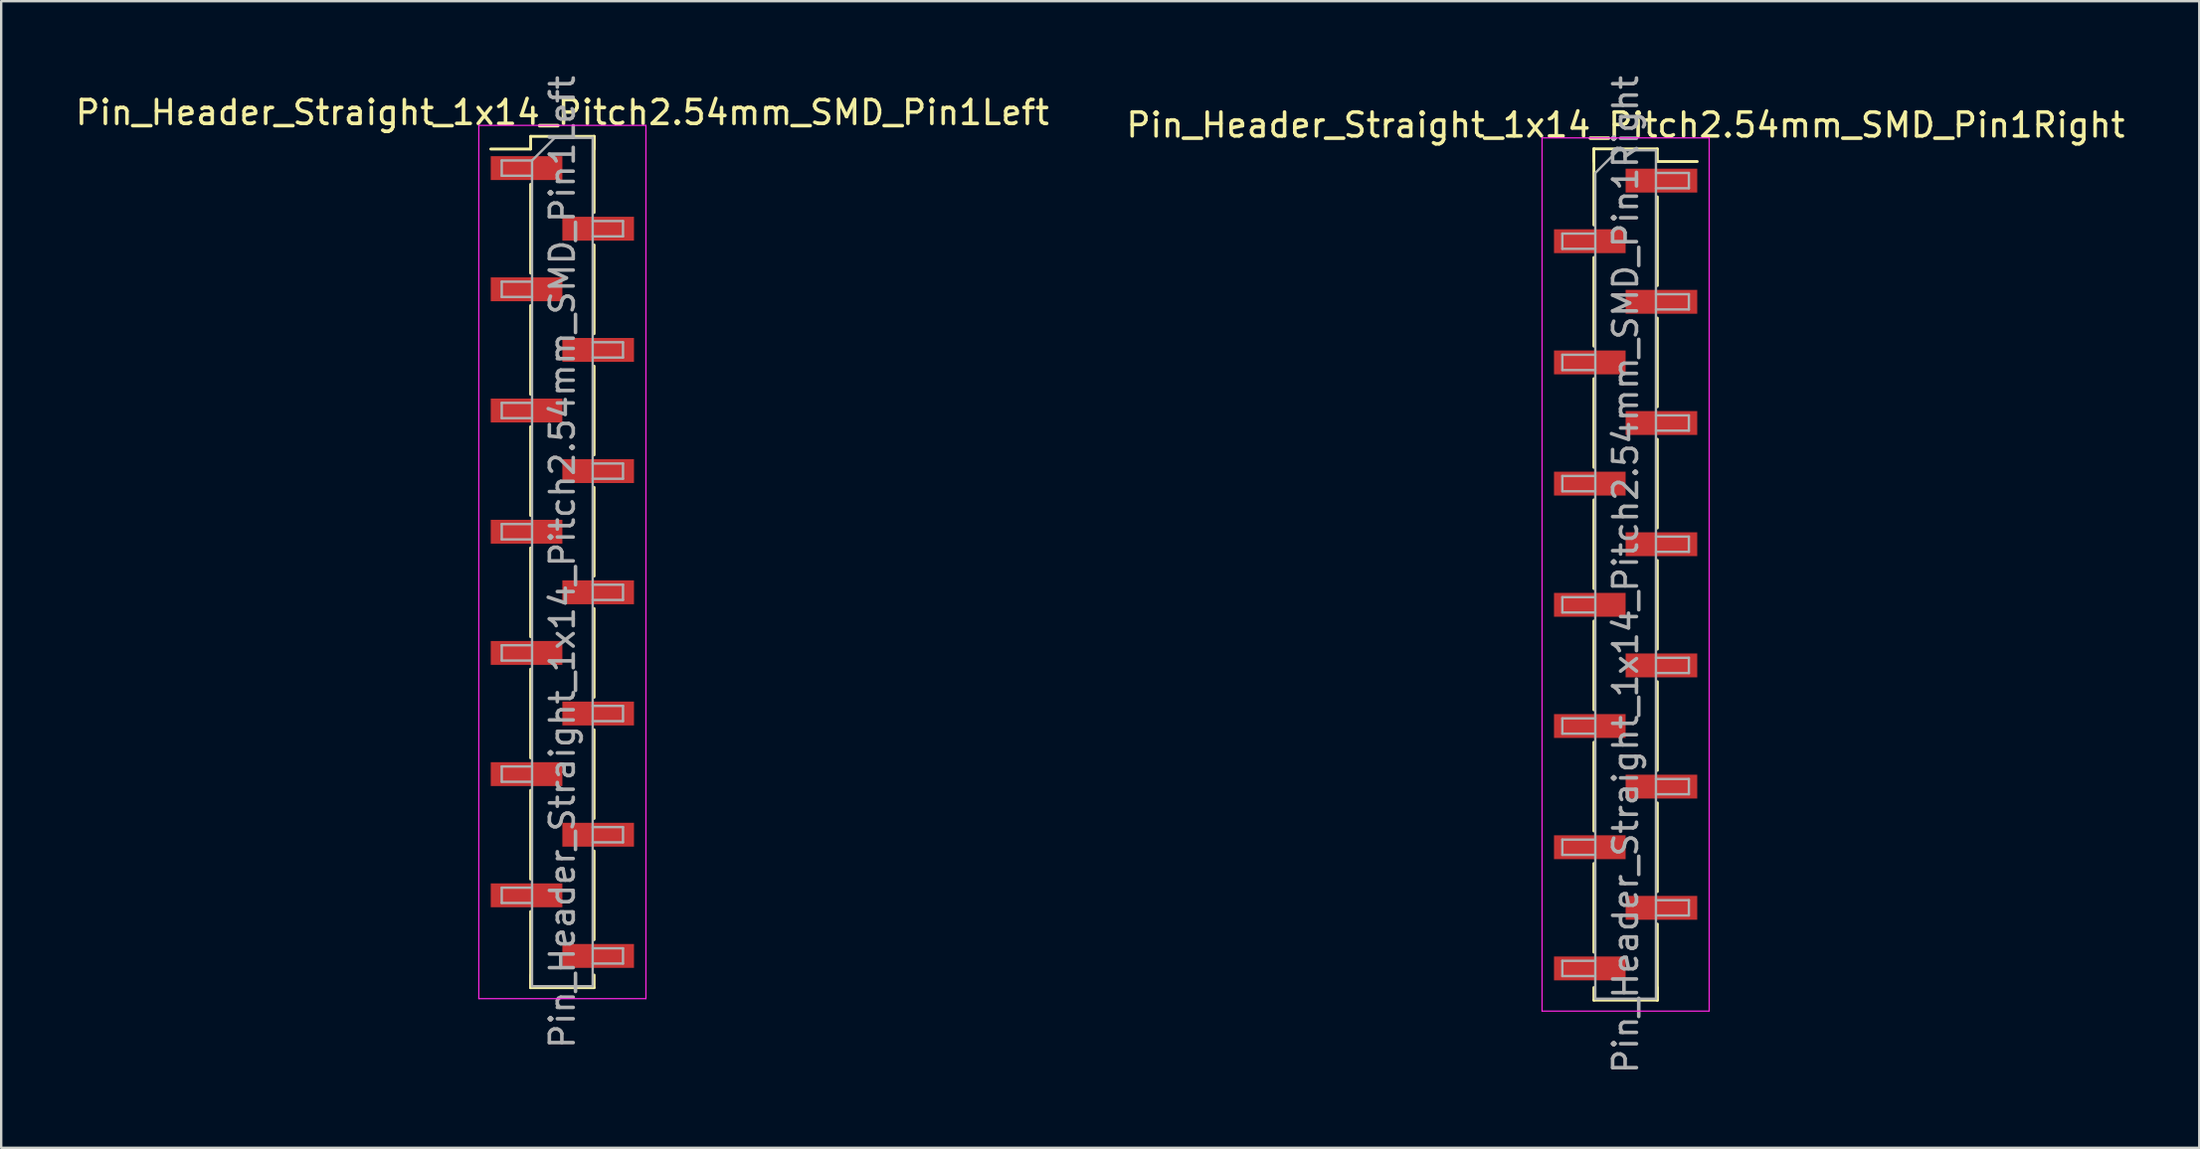
<source format=kicad_pcb>
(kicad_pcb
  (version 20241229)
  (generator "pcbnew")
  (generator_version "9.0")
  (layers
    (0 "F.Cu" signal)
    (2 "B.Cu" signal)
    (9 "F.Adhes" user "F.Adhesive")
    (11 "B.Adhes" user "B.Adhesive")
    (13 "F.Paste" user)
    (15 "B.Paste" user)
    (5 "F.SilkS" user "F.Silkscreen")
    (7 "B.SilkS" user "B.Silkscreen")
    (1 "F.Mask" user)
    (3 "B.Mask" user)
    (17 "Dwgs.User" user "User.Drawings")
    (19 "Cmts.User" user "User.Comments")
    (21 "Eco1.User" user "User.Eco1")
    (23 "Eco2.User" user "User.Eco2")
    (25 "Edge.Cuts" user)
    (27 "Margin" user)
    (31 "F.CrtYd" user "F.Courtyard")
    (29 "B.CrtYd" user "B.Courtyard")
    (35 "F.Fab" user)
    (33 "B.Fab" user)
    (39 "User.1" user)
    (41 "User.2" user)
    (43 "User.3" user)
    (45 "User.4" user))
  (footprint "Pin_Header_Straight_1x14_Pitch2.54mm_SMD_Pin1Right"
    (layer "F.Cu")
    (at 65.042 21.03)
    (property "Reference" "Pin_Header_Straight_1x14_Pitch2.54mm_SMD_Pin1Right" (at 0 -18.84 0) (layer "F.SilkS") (effects (font (size 1 1) (thickness 0.15))))
    (attr smd)
    (fp_line (start -1.33 -17.84) (end -1.33 -14.65) (stroke (width 0.12) (type solid)) (layer "F.SilkS"))
    (fp_line (start -1.33 -17.84) (end 1.33 -17.84) (stroke (width 0.12) (type solid)) (layer "F.SilkS"))
    (fp_line (start -1.33 -17.31) (end -1.33 -17.84) (stroke (width 0.12) (type solid)) (layer "F.SilkS"))
    (fp_line (start -1.33 -13.29) (end -1.33 -9.57) (stroke (width 0.12) (type solid)) (layer "F.SilkS"))
    (fp_line (start -1.33 -8.21) (end -1.33 -4.49) (stroke (width 0.12) (type solid)) (layer "F.SilkS"))
    (fp_line (start -1.33 -3.13) (end -1.33 0.59) (stroke (width 0.12) (type solid)) (layer "F.SilkS"))
    (fp_line (start -1.33 1.95) (end -1.33 5.67) (stroke (width 0.12) (type solid)) (layer "F.SilkS"))
    (fp_line (start -1.33 7.03) (end -1.33 10.75) (stroke (width 0.12) (type solid)) (layer "F.SilkS"))
    (fp_line (start -1.33 12.11) (end -1.33 15.83) (stroke (width 0.12) (type solid)) (layer "F.SilkS"))
    (fp_line (start -1.33 17.31) (end -1.33 17.84) (stroke (width 0.12) (type solid)) (layer "F.SilkS"))
    (fp_line (start -1.33 17.84) (end 1.33 17.84) (stroke (width 0.12) (type solid)) (layer "F.SilkS"))
    (fp_line (start 1.33 -17.84) (end 1.33 -17.31) (stroke (width 0.12) (type solid)) (layer "F.SilkS"))
    (fp_line (start 1.33 -17.31) (end 3 -17.31) (stroke (width 0.12) (type solid)) (layer "F.SilkS"))
    (fp_line (start 1.33 -15.83) (end 1.33 -12.11) (stroke (width 0.12) (type solid)) (layer "F.SilkS"))
    (fp_line (start 1.33 -10.75) (end 1.33 -7.03) (stroke (width 0.12) (type solid)) (layer "F.SilkS"))
    (fp_line (start 1.33 -5.67) (end 1.33 -1.95) (stroke (width 0.12) (type solid)) (layer "F.SilkS"))
    (fp_line (start 1.33 -0.59) (end 1.33 3.13) (stroke (width 0.12) (type solid)) (layer "F.SilkS"))
    (fp_line (start 1.33 4.49) (end 1.33 8.21) (stroke (width 0.12) (type solid)) (layer "F.SilkS"))
    (fp_line (start 1.33 9.57) (end 1.33 13.29) (stroke (width 0.12) (type solid)) (layer "F.SilkS"))
    (fp_line (start 1.33 14.65) (end 1.33 17.84) (stroke (width 0.12) (type solid)) (layer "F.SilkS"))
    (fp_line (start 1.33 17.84) (end 1.33 17.31) (stroke (width 0.12) (type solid)) (layer "F.SilkS"))
    (fp_line (start -3.5 -18.3) (end -3.5 18.3) (stroke (width 0.05) (type solid)) (layer "F.CrtYd"))
    (fp_line (start -3.5 18.3) (end 3.5 18.3) (stroke (width 0.05) (type solid)) (layer "F.CrtYd"))
    (fp_line (start 3.5 -18.3) (end -3.5 -18.3) (stroke (width 0.05) (type solid)) (layer "F.CrtYd"))
    (fp_line (start 3.5 18.3) (end 3.5 -18.3) (stroke (width 0.05) (type solid)) (layer "F.CrtYd"))
    (fp_line (start -2.65 -14.29) (end -2.65 -13.65) (stroke (width 0.1) (type solid)) (layer "F.Fab"))
    (fp_line (start -2.65 -13.65) (end -1.27 -13.65) (stroke (width 0.1) (type solid)) (layer "F.Fab"))
    (fp_line (start -2.65 -9.21) (end -2.65 -8.57) (stroke (width 0.1) (type solid)) (layer "F.Fab"))
    (fp_line (start -2.65 -8.57) (end -1.27 -8.57) (stroke (width 0.1) (type solid)) (layer "F.Fab"))
    (fp_line (start -2.65 -4.13) (end -2.65 -3.49) (stroke (width 0.1) (type solid)) (layer "F.Fab"))
    (fp_line (start -2.65 -3.49) (end -1.27 -3.49) (stroke (width 0.1) (type solid)) (layer "F.Fab"))
    (fp_line (start -2.65 0.95) (end -2.65 1.59) (stroke (width 0.1) (type solid)) (layer "F.Fab"))
    (fp_line (start -2.65 1.59) (end -1.27 1.59) (stroke (width 0.1) (type solid)) (layer "F.Fab"))
    (fp_line (start -2.65 6.03) (end -2.65 6.67) (stroke (width 0.1) (type solid)) (layer "F.Fab"))
    (fp_line (start -2.65 6.67) (end -1.27 6.67) (stroke (width 0.1) (type solid)) (layer "F.Fab"))
    (fp_line (start -2.65 11.11) (end -2.65 11.75) (stroke (width 0.1) (type solid)) (layer "F.Fab"))
    (fp_line (start -2.65 11.75) (end -1.27 11.75) (stroke (width 0.1) (type solid)) (layer "F.Fab"))
    (fp_line (start -2.65 16.19) (end -2.65 16.83) (stroke (width 0.1) (type solid)) (layer "F.Fab"))
    (fp_line (start -2.65 16.83) (end -1.27 16.83) (stroke (width 0.1) (type solid)) (layer "F.Fab"))
    (fp_line (start -1.27 -16.83) (end -0.32 -17.78) (stroke (width 0.1) (type solid)) (layer "F.Fab"))
    (fp_line (start -1.27 -14.29) (end -2.65 -14.29) (stroke (width 0.1) (type solid)) (layer "F.Fab"))
    (fp_line (start -1.27 -9.21) (end -2.65 -9.21) (stroke (width 0.1) (type solid)) (layer "F.Fab"))
    (fp_line (start -1.27 -4.13) (end -2.65 -4.13) (stroke (width 0.1) (type solid)) (layer "F.Fab"))
    (fp_line (start -1.27 0.95) (end -2.65 0.95) (stroke (width 0.1) (type solid)) (layer "F.Fab"))
    (fp_line (start -1.27 6.03) (end -2.65 6.03) (stroke (width 0.1) (type solid)) (layer "F.Fab"))
    (fp_line (start -1.27 11.11) (end -2.65 11.11) (stroke (width 0.1) (type solid)) (layer "F.Fab"))
    (fp_line (start -1.27 16.19) (end -2.65 16.19) (stroke (width 0.1) (type solid)) (layer "F.Fab"))
    (fp_line (start -1.27 17.78) (end -1.27 -16.83) (stroke (width 0.1) (type solid)) (layer "F.Fab"))
    (fp_line (start -0.32 -17.78) (end 1.27 -17.78) (stroke (width 0.1) (type solid)) (layer "F.Fab"))
    (fp_line (start 1.27 -17.78) (end 1.27 17.78) (stroke (width 0.1) (type solid)) (layer "F.Fab"))
    (fp_line (start 1.27 -16.83) (end 2.65 -16.83) (stroke (width 0.1) (type solid)) (layer "F.Fab"))
    (fp_line (start 1.27 -11.75) (end 2.65 -11.75) (stroke (width 0.1) (type solid)) (layer "F.Fab"))
    (fp_line (start 1.27 -6.67) (end 2.65 -6.67) (stroke (width 0.1) (type solid)) (layer "F.Fab"))
    (fp_line (start 1.27 -1.59) (end 2.65 -1.59) (stroke (width 0.1) (type solid)) (layer "F.Fab"))
    (fp_line (start 1.27 3.49) (end 2.65 3.49) (stroke (width 0.1) (type solid)) (layer "F.Fab"))
    (fp_line (start 1.27 8.57) (end 2.65 8.57) (stroke (width 0.1) (type solid)) (layer "F.Fab"))
    (fp_line (start 1.27 13.65) (end 2.65 13.65) (stroke (width 0.1) (type solid)) (layer "F.Fab"))
    (fp_line (start 1.27 17.78) (end -1.27 17.78) (stroke (width 0.1) (type solid)) (layer "F.Fab"))
    (fp_line (start 2.65 -16.83) (end 2.65 -16.19) (stroke (width 0.1) (type solid)) (layer "F.Fab"))
    (fp_line (start 2.65 -16.19) (end 1.27 -16.19) (stroke (width 0.1) (type solid)) (layer "F.Fab"))
    (fp_line (start 2.65 -11.75) (end 2.65 -11.11) (stroke (width 0.1) (type solid)) (layer "F.Fab"))
    (fp_line (start 2.65 -11.11) (end 1.27 -11.11) (stroke (width 0.1) (type solid)) (layer "F.Fab"))
    (fp_line (start 2.65 -6.67) (end 2.65 -6.03) (stroke (width 0.1) (type solid)) (layer "F.Fab"))
    (fp_line (start 2.65 -6.03) (end 1.27 -6.03) (stroke (width 0.1) (type solid)) (layer "F.Fab"))
    (fp_line (start 2.65 -1.59) (end 2.65 -0.95) (stroke (width 0.1) (type solid)) (layer "F.Fab"))
    (fp_line (start 2.65 -0.95) (end 1.27 -0.95) (stroke (width 0.1) (type solid)) (layer "F.Fab"))
    (fp_line (start 2.65 3.49) (end 2.65 4.13) (stroke (width 0.1) (type solid)) (layer "F.Fab"))
    (fp_line (start 2.65 4.13) (end 1.27 4.13) (stroke (width 0.1) (type solid)) (layer "F.Fab"))
    (fp_line (start 2.65 8.57) (end 2.65 9.21) (stroke (width 0.1) (type solid)) (layer "F.Fab"))
    (fp_line (start 2.65 9.21) (end 1.27 9.21) (stroke (width 0.1) (type solid)) (layer "F.Fab"))
    (fp_line (start 2.65 13.65) (end 2.65 14.29) (stroke (width 0.1) (type solid)) (layer "F.Fab"))
    (fp_line (start 2.65 14.29) (end 1.27 14.29) (stroke (width 0.1) (type solid)) (layer "F.Fab"))
    (fp_text user "${REFERENCE}" (at 0 0 90) (layer "F.Fab") (effects (font (size 1 1) (thickness 0.15))))
    (pad "1" smd rect (at 1.5 -16.51) (size 3 1) (layers "F.Cu" "F.Mask" "F.Paste"))
    (pad "2" smd rect (at -1.5 -13.97) (size 3 1) (layers "F.Cu" "F.Mask" "F.Paste"))
    (pad "3" smd rect (at 1.5 -11.43) (size 3 1) (layers "F.Cu" "F.Mask" "F.Paste"))
    (pad "4" smd rect (at -1.5 -8.89) (size 3 1) (layers "F.Cu" "F.Mask" "F.Paste"))
    (pad "5" smd rect (at 1.5 -6.35) (size 3 1) (layers "F.Cu" "F.Mask" "F.Paste"))
    (pad "6" smd rect (at -1.5 -3.81) (size 3 1) (layers "F.Cu" "F.Mask" "F.Paste"))
    (pad "7" smd rect (at 1.5 -1.27) (size 3 1) (layers "F.Cu" "F.Mask" "F.Paste"))
    (pad "8" smd rect (at -1.5 1.27) (size 3 1) (layers "F.Cu" "F.Mask" "F.Paste"))
    (pad "9" smd rect (at 1.5 3.81) (size 3 1) (layers "F.Cu" "F.Mask" "F.Paste"))
    (pad "10" smd rect (at -1.5 6.35) (size 3 1) (layers "F.Cu" "F.Mask" "F.Paste"))
    (pad "11" smd rect (at 1.5 8.89) (size 3 1) (layers "F.Cu" "F.Mask" "F.Paste"))
    (pad "12" smd rect (at -1.5 11.43) (size 3 1) (layers "F.Cu" "F.Mask" "F.Paste"))
    (pad "13" smd rect (at 1.5 13.97) (size 3 1) (layers "F.Cu" "F.Mask" "F.Paste"))
    (pad "14" smd rect (at -1.5 16.51) (size 3 1) (layers "F.Cu" "F.Mask" "F.Paste")))
  (footprint "Pin_Header_Straight_1x14_Pitch2.54mm_SMD_Pin1Left"
    (layer "F.Cu")
    (at 20.506 20.506)
    (property "Reference" "Pin_Header_Straight_1x14_Pitch2.54mm_SMD_Pin1Left" (at 0 -18.84 0) (layer "F.SilkS") (effects (font (size 1 1) (thickness 0.15))))
    (attr smd)
    (fp_line (start -1.33 -17.84) (end 1.33 -17.84) (stroke (width 0.12) (type solid)) (layer "F.SilkS"))
    (fp_line (start -1.33 -17.31) (end -3 -17.31) (stroke (width 0.12) (type solid)) (layer "F.SilkS"))
    (fp_line (start -1.33 -17.31) (end -1.33 -17.84) (stroke (width 0.12) (type solid)) (layer "F.SilkS"))
    (fp_line (start -1.33 -15.83) (end -1.33 -12.11) (stroke (width 0.12) (type solid)) (layer "F.SilkS"))
    (fp_line (start -1.33 -10.75) (end -1.33 -7.03) (stroke (width 0.12) (type solid)) (layer "F.SilkS"))
    (fp_line (start -1.33 -5.67) (end -1.33 -1.95) (stroke (width 0.12) (type solid)) (layer "F.SilkS"))
    (fp_line (start -1.33 -0.59) (end -1.33 3.13) (stroke (width 0.12) (type solid)) (layer "F.SilkS"))
    (fp_line (start -1.33 4.49) (end -1.33 8.21) (stroke (width 0.12) (type solid)) (layer "F.SilkS"))
    (fp_line (start -1.33 9.57) (end -1.33 13.29) (stroke (width 0.12) (type solid)) (layer "F.SilkS"))
    (fp_line (start -1.33 14.65) (end -1.33 17.84) (stroke (width 0.12) (type solid)) (layer "F.SilkS"))
    (fp_line (start -1.33 17.31) (end -1.33 17.84) (stroke (width 0.12) (type solid)) (layer "F.SilkS"))
    (fp_line (start -1.33 17.84) (end 1.33 17.84) (stroke (width 0.12) (type solid)) (layer "F.SilkS"))
    (fp_line (start 1.33 -17.84) (end 1.33 -17.31) (stroke (width 0.12) (type solid)) (layer "F.SilkS"))
    (fp_line (start 1.33 -17.84) (end 1.33 -14.65) (stroke (width 0.12) (type solid)) (layer "F.SilkS"))
    (fp_line (start 1.33 -13.29) (end 1.33 -9.57) (stroke (width 0.12) (type solid)) (layer "F.SilkS"))
    (fp_line (start 1.33 -8.21) (end 1.33 -4.49) (stroke (width 0.12) (type solid)) (layer "F.SilkS"))
    (fp_line (start 1.33 -3.13) (end 1.33 0.59) (stroke (width 0.12) (type solid)) (layer "F.SilkS"))
    (fp_line (start 1.33 1.95) (end 1.33 5.67) (stroke (width 0.12) (type solid)) (layer "F.SilkS"))
    (fp_line (start 1.33 7.03) (end 1.33 10.75) (stroke (width 0.12) (type solid)) (layer "F.SilkS"))
    (fp_line (start 1.33 12.11) (end 1.33 15.83) (stroke (width 0.12) (type solid)) (layer "F.SilkS"))
    (fp_line (start 1.33 17.84) (end 1.33 17.31) (stroke (width 0.12) (type solid)) (layer "F.SilkS"))
    (fp_line (start -3.5 -18.3) (end -3.5 18.3) (stroke (width 0.05) (type solid)) (layer "F.CrtYd"))
    (fp_line (start -3.5 18.3) (end 3.5 18.3) (stroke (width 0.05) (type solid)) (layer "F.CrtYd"))
    (fp_line (start 3.5 -18.3) (end -3.5 -18.3) (stroke (width 0.05) (type solid)) (layer "F.CrtYd"))
    (fp_line (start 3.5 18.3) (end 3.5 -18.3) (stroke (width 0.05) (type solid)) (layer "F.CrtYd"))
    (fp_line (start -2.54 -16.83) (end -2.54 -16.19) (stroke (width 0.1) (type solid)) (layer "F.Fab"))
    (fp_line (start -2.54 -16.19) (end -1.27 -16.19) (stroke (width 0.1) (type solid)) (layer "F.Fab"))
    (fp_line (start -2.54 -11.75) (end -2.54 -11.11) (stroke (width 0.1) (type solid)) (layer "F.Fab"))
    (fp_line (start -2.54 -11.11) (end -1.27 -11.11) (stroke (width 0.1) (type solid)) (layer "F.Fab"))
    (fp_line (start -2.54 -6.67) (end -2.54 -6.03) (stroke (width 0.1) (type solid)) (layer "F.Fab"))
    (fp_line (start -2.54 -6.03) (end -1.27 -6.03) (stroke (width 0.1) (type solid)) (layer "F.Fab"))
    (fp_line (start -2.54 -1.59) (end -2.54 -0.95) (stroke (width 0.1) (type solid)) (layer "F.Fab"))
    (fp_line (start -2.54 -0.95) (end -1.27 -0.95) (stroke (width 0.1) (type solid)) (layer "F.Fab"))
    (fp_line (start -2.54 3.49) (end -2.54 4.13) (stroke (width 0.1) (type solid)) (layer "F.Fab"))
    (fp_line (start -2.54 4.13) (end -1.27 4.13) (stroke (width 0.1) (type solid)) (layer "F.Fab"))
    (fp_line (start -2.54 8.57) (end -2.54 9.21) (stroke (width 0.1) (type solid)) (layer "F.Fab"))
    (fp_line (start -2.54 9.21) (end -1.27 9.21) (stroke (width 0.1) (type solid)) (layer "F.Fab"))
    (fp_line (start -2.54 13.65) (end -2.54 14.29) (stroke (width 0.1) (type solid)) (layer "F.Fab"))
    (fp_line (start -2.54 14.29) (end -1.27 14.29) (stroke (width 0.1) (type solid)) (layer "F.Fab"))
    (fp_line (start -1.27 -16.83) (end -2.54 -16.83) (stroke (width 0.1) (type solid)) (layer "F.Fab"))
    (fp_line (start -1.27 -16.83) (end -0.32 -17.78) (stroke (width 0.1) (type solid)) (layer "F.Fab"))
    (fp_line (start -1.27 -11.75) (end -2.54 -11.75) (stroke (width 0.1) (type solid)) (layer "F.Fab"))
    (fp_line (start -1.27 -6.67) (end -2.54 -6.67) (stroke (width 0.1) (type solid)) (layer "F.Fab"))
    (fp_line (start -1.27 -1.59) (end -2.54 -1.59) (stroke (width 0.1) (type solid)) (layer "F.Fab"))
    (fp_line (start -1.27 3.49) (end -2.54 3.49) (stroke (width 0.1) (type solid)) (layer "F.Fab"))
    (fp_line (start -1.27 8.57) (end -2.54 8.57) (stroke (width 0.1) (type solid)) (layer "F.Fab"))
    (fp_line (start -1.27 13.65) (end -2.54 13.65) (stroke (width 0.1) (type solid)) (layer "F.Fab"))
    (fp_line (start -1.27 17.78) (end -1.27 -16.83) (stroke (width 0.1) (type solid)) (layer "F.Fab"))
    (fp_line (start -0.32 -17.78) (end 1.27 -17.78) (stroke (width 0.1) (type solid)) (layer "F.Fab"))
    (fp_line (start 1.27 -17.78) (end 1.27 17.78) (stroke (width 0.1) (type solid)) (layer "F.Fab"))
    (fp_line (start 1.27 -14.29) (end 2.54 -14.29) (stroke (width 0.1) (type solid)) (layer "F.Fab"))
    (fp_line (start 1.27 -9.21) (end 2.54 -9.21) (stroke (width 0.1) (type solid)) (layer "F.Fab"))
    (fp_line (start 1.27 -4.13) (end 2.54 -4.13) (stroke (width 0.1) (type solid)) (layer "F.Fab"))
    (fp_line (start 1.27 0.95) (end 2.54 0.95) (stroke (width 0.1) (type solid)) (layer "F.Fab"))
    (fp_line (start 1.27 6.03) (end 2.54 6.03) (stroke (width 0.1) (type solid)) (layer "F.Fab"))
    (fp_line (start 1.27 11.11) (end 2.54 11.11) (stroke (width 0.1) (type solid)) (layer "F.Fab"))
    (fp_line (start 1.27 16.19) (end 2.54 16.19) (stroke (width 0.1) (type solid)) (layer "F.Fab"))
    (fp_line (start 1.27 17.78) (end -1.27 17.78) (stroke (width 0.1) (type solid)) (layer "F.Fab"))
    (fp_line (start 2.54 -14.29) (end 2.54 -13.65) (stroke (width 0.1) (type solid)) (layer "F.Fab"))
    (fp_line (start 2.54 -13.65) (end 1.27 -13.65) (stroke (width 0.1) (type solid)) (layer "F.Fab"))
    (fp_line (start 2.54 -9.21) (end 2.54 -8.57) (stroke (width 0.1) (type solid)) (layer "F.Fab"))
    (fp_line (start 2.54 -8.57) (end 1.27 -8.57) (stroke (width 0.1) (type solid)) (layer "F.Fab"))
    (fp_line (start 2.54 -4.13) (end 2.54 -3.49) (stroke (width 0.1) (type solid)) (layer "F.Fab"))
    (fp_line (start 2.54 -3.49) (end 1.27 -3.49) (stroke (width 0.1) (type solid)) (layer "F.Fab"))
    (fp_line (start 2.54 0.95) (end 2.54 1.59) (stroke (width 0.1) (type solid)) (layer "F.Fab"))
    (fp_line (start 2.54 1.59) (end 1.27 1.59) (stroke (width 0.1) (type solid)) (layer "F.Fab"))
    (fp_line (start 2.54 6.03) (end 2.54 6.67) (stroke (width 0.1) (type solid)) (layer "F.Fab"))
    (fp_line (start 2.54 6.67) (end 1.27 6.67) (stroke (width 0.1) (type solid)) (layer "F.Fab"))
    (fp_line (start 2.54 11.11) (end 2.54 11.75) (stroke (width 0.1) (type solid)) (layer "F.Fab"))
    (fp_line (start 2.54 11.75) (end 1.27 11.75) (stroke (width 0.1) (type solid)) (layer "F.Fab"))
    (fp_line (start 2.54 16.19) (end 2.54 16.83) (stroke (width 0.1) (type solid)) (layer "F.Fab"))
    (fp_line (start 2.54 16.83) (end 1.27 16.83) (stroke (width 0.1) (type solid)) (layer "F.Fab"))
    (fp_text user "${REFERENCE}" (at 0 0 90) (layer "F.Fab") (effects (font (size 1 1) (thickness 0.15))))
    (pad "1" smd rect (at -1.5 -16.51) (size 3 1) (layers "F.Cu" "F.Mask" "F.Paste"))
    (pad "2" smd rect (at 1.5 -13.97) (size 3 1) (layers "F.Cu" "F.Mask" "F.Paste"))
    (pad "3" smd rect (at -1.5 -11.43) (size 3 1) (layers "F.Cu" "F.Mask" "F.Paste"))
    (pad "4" smd rect (at 1.5 -8.89) (size 3 1) (layers "F.Cu" "F.Mask" "F.Paste"))
    (pad "5" smd rect (at -1.5 -6.35) (size 3 1) (layers "F.Cu" "F.Mask" "F.Paste"))
    (pad "6" smd rect (at 1.5 -3.81) (size 3 1) (layers "F.Cu" "F.Mask" "F.Paste"))
    (pad "7" smd rect (at -1.5 -1.27) (size 3 1) (layers "F.Cu" "F.Mask" "F.Paste"))
    (pad "8" smd rect (at 1.5 1.27) (size 3 1) (layers "F.Cu" "F.Mask" "F.Paste"))
    (pad "9" smd rect (at -1.5 3.81) (size 3 1) (layers "F.Cu" "F.Mask" "F.Paste"))
    (pad "10" smd rect (at 1.5 6.35) (size 3 1) (layers "F.Cu" "F.Mask" "F.Paste"))
    (pad "11" smd rect (at -1.5 8.89) (size 3 1) (layers "F.Cu" "F.Mask" "F.Paste"))
    (pad "12" smd rect (at 1.5 11.43) (size 3 1) (layers "F.Cu" "F.Mask" "F.Paste"))
    (pad "13" smd rect (at -1.5 13.97) (size 3 1) (layers "F.Cu" "F.Mask" "F.Paste"))
    (pad "14" smd rect (at 1.5 16.51) (size 3 1) (layers "F.Cu" "F.Mask" "F.Paste")))
  (gr_rect
    (start -3 -3)
    (end 89.071 45.06)
    (stroke (width 0.1) (type default))
    (fill no)
    (layer "Edge.Cuts")))
</source>
